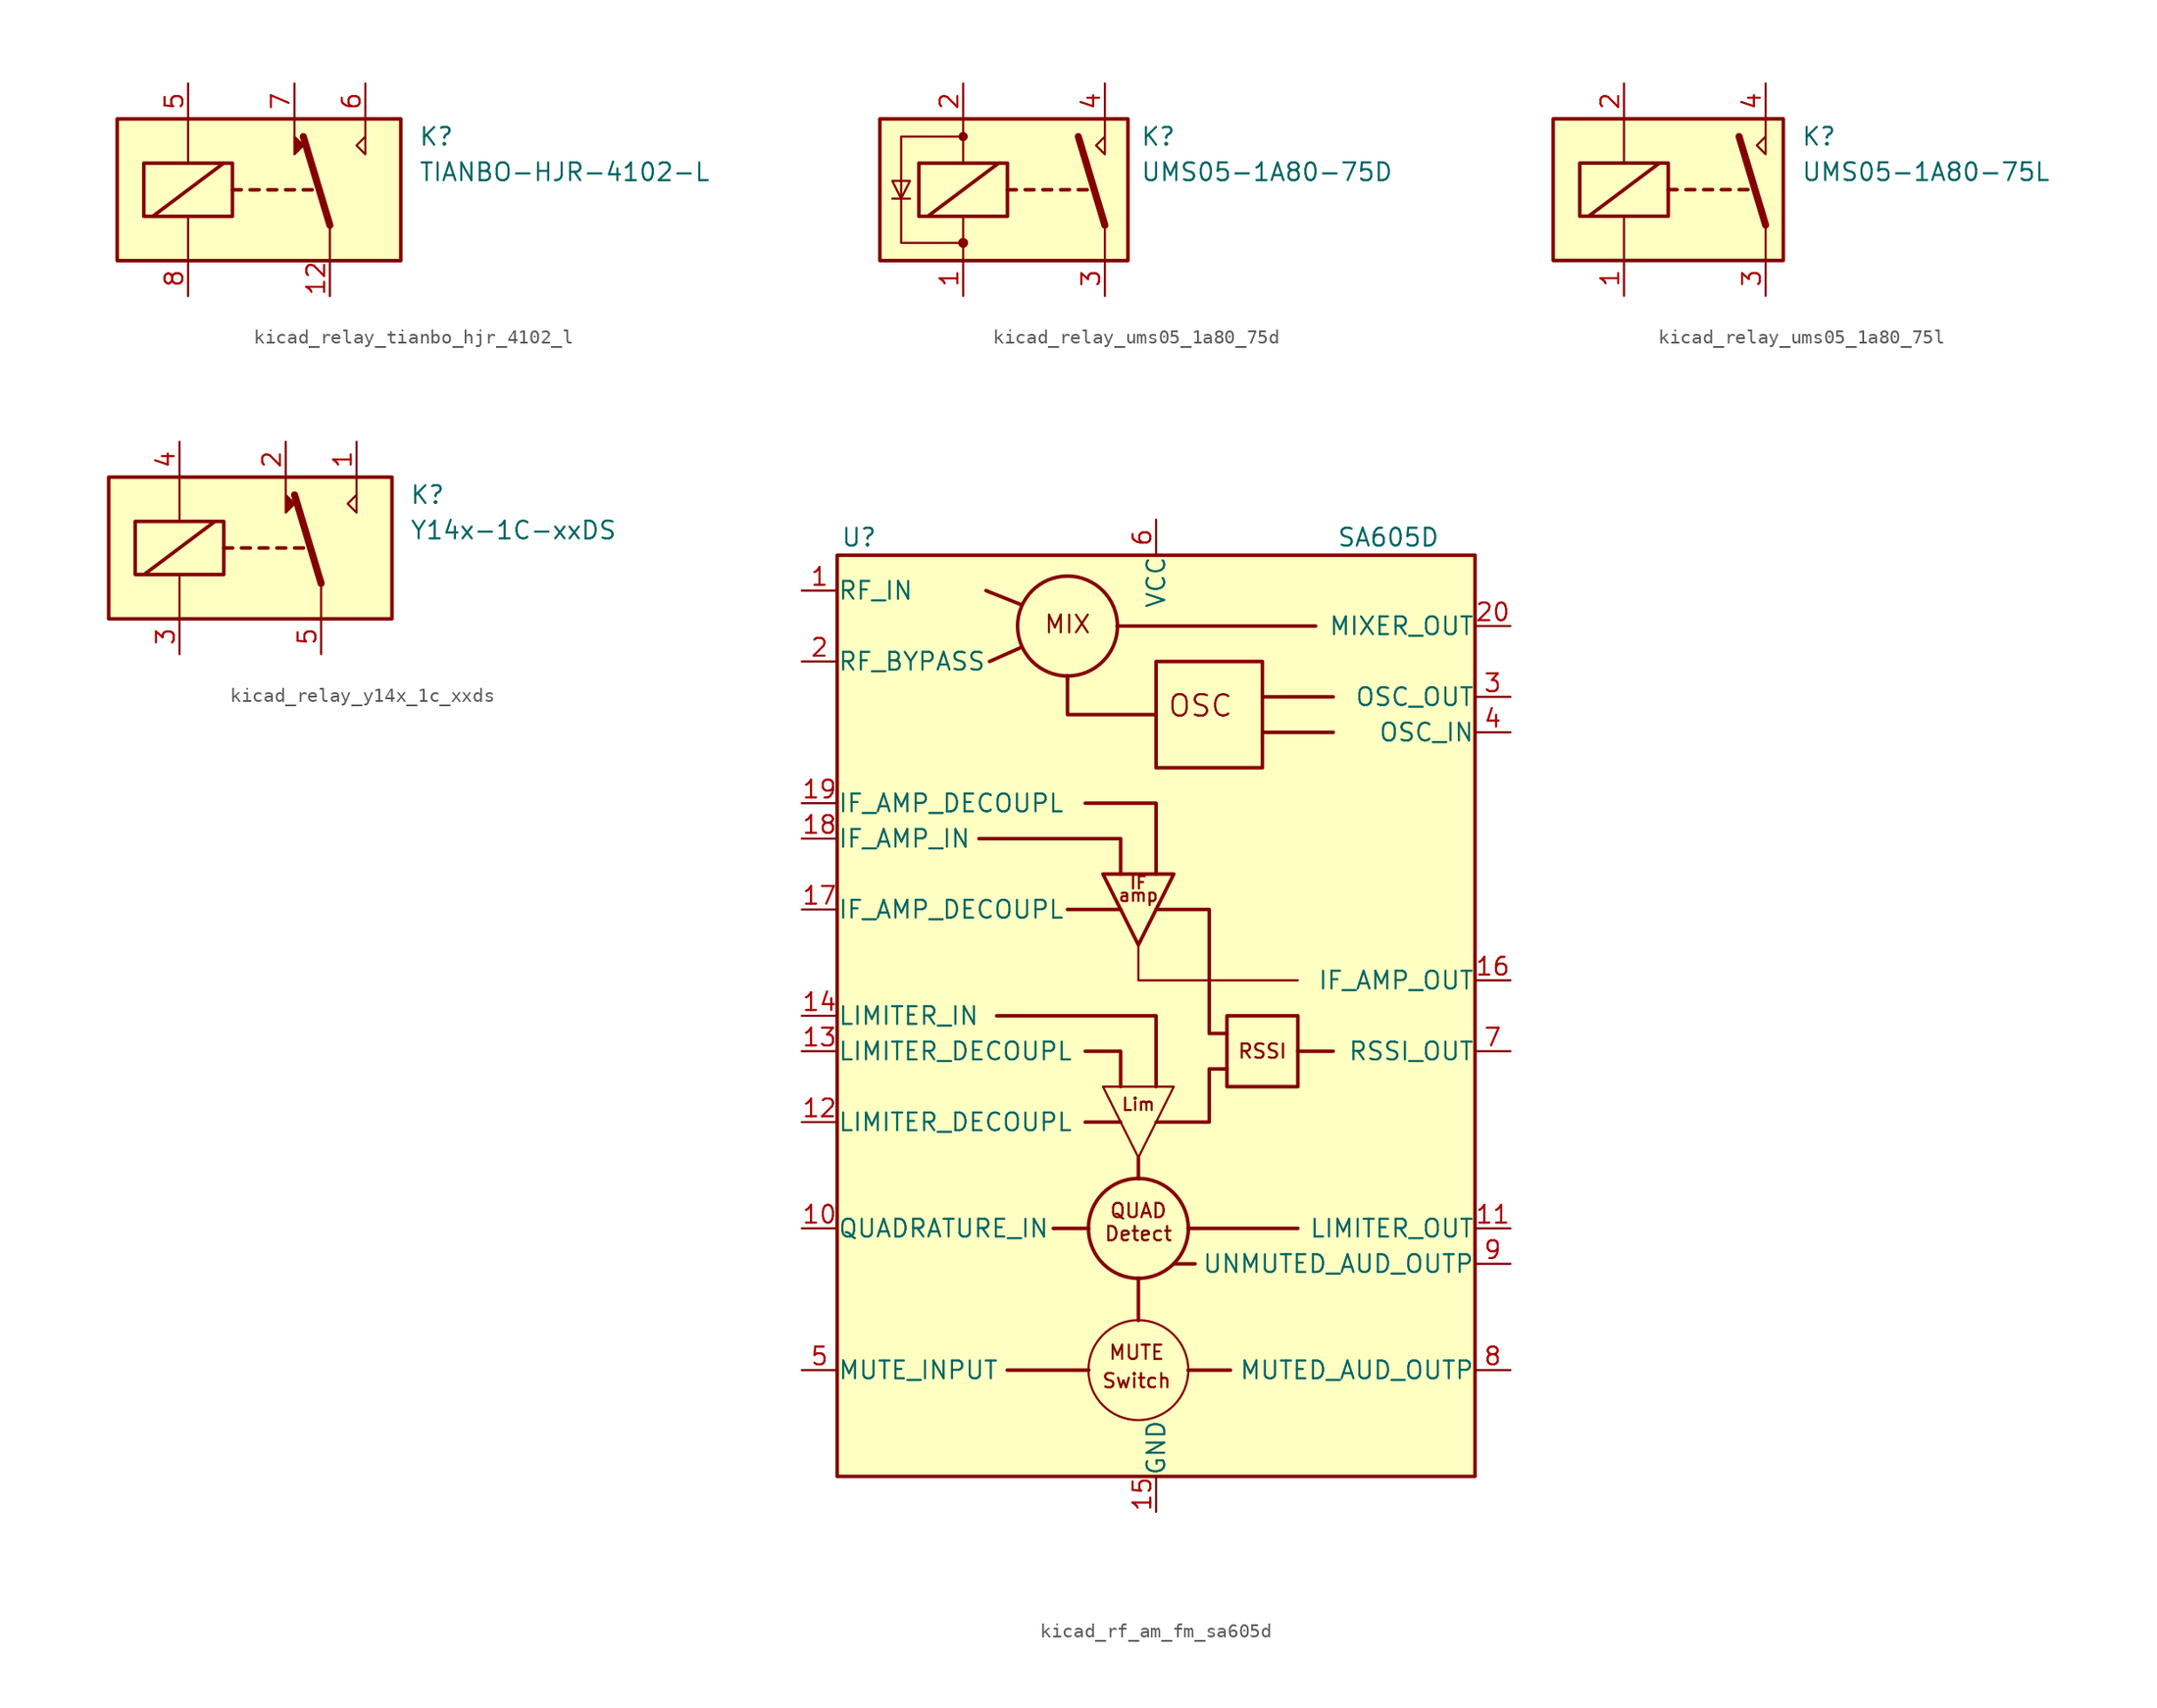
<source format=kicad_sym>
(kicad_symbol_lib
  (version 20220914)
  (generator kicad_symbol_editor)
  (symbol "kicad_relay_tianbo_hjr_4102_l"
    (property "Reference" "K"
      (at 11.43 3.81 0)
      (effects (font (size 1.27 1.27)) (justify left)))
    (property "Value" "TIANBO-HJR-4102-L"
      (at 11.43 1.27 0)
      (effects (font (size 1.27 1.27)) (justify left)))
    (symbol "kicad_relay_tianbo_hjr_4102_l_0_0"
      (polyline (pts (xy 7.62 5.08) (xy 7.62 2.54) (xy 6.985 3.175) (xy 7.62 3.81)) (stroke (width 0) (type default)) (fill (type none))))
    (symbol "kicad_relay_tianbo_hjr_4102_l_0_1"
      (rectangle (start -10.16 5.08) (end 10.16 -5.08) (stroke (width 0.254) (type default)) (fill (type background)))
      (rectangle (start -8.255 1.905) (end -1.905 -1.905) (stroke (width 0.254) (type default)) (fill (type none)))
      (polyline (pts (xy -7.62 -1.905) (xy -2.54 1.905)) (stroke (width 0.254) (type default)) (fill (type none)))
      (polyline (pts (xy -5.08 -5.08) (xy -5.08 -1.905)) (stroke (width 0) (type default)) (fill (type none)))
      (polyline (pts (xy -5.08 5.08) (xy -5.08 1.905)) (stroke (width 0) (type default)) (fill (type none)))
      (polyline (pts (xy -1.905 0) (xy -1.27 0)) (stroke (width 0.254) (type default)) (fill (type none)))
      (polyline (pts (xy -0.635 0) (xy 0 0)) (stroke (width 0.254) (type default)) (fill (type none)))
      (polyline (pts (xy 0.635 0) (xy 1.27 0)) (stroke (width 0.254) (type default)) (fill (type none)))
      (polyline (pts (xy 1.905 0) (xy 2.54 0)) (stroke (width 0.254) (type default)) (fill (type none)))
      (polyline (pts (xy 3.175 0) (xy 3.81 0)) (stroke (width 0.254) (type default)) (fill (type none)))
      (polyline (pts (xy 5.08 -2.54) (xy 3.175 3.81)) (stroke (width 0.508) (type default)) (fill (type none)))
      (polyline (pts (xy 5.08 -2.54) (xy 5.08 -5.08)) (stroke (width 0) (type default)) (fill (type none)))
      (polyline (pts (xy 2.54 5.08) (xy 2.54 2.54) (xy 3.175 3.175) (xy 2.54 3.81)) (stroke (width 0) (type default)) (fill (type outline))))
    (symbol "kicad_relay_tianbo_hjr_4102_l_1_1"
      (pin passive line (at 5.08 -7.62 90) (length 2.54) (name "~" (effects (font (size 1.27 1.27)))) (number "12" (effects (font (size 1.27 1.27)))))
      (pin passive line (at -5.08 7.62 270) (length 2.54) (name "~" (effects (font (size 1.27 1.27)))) (number "5" (effects (font (size 1.27 1.27)))))
      (pin passive line (at 7.62 7.62 270) (length 2.54) (name "~" (effects (font (size 1.27 1.27)))) (number "6" (effects (font (size 1.27 1.27)))))
      (pin passive line (at 2.54 7.62 270) (length 2.54) (name "~" (effects (font (size 1.27 1.27)))) (number "7" (effects (font (size 1.27 1.27)))))
      (pin passive line (at -5.08 -7.62 90) (length 2.54) (name "~" (effects (font (size 1.27 1.27)))) (number "8" (effects (font (size 1.27 1.27)))))))
  (symbol "kicad_relay_ums05_1a80_75d"
    (property "Reference" "K"
      (at 7.62 3.81 0)
      (effects (font (size 1.27 1.27)) (justify left)))
    (property "Value" "UMS05-1A80-75D"
      (at 7.62 1.27 0)
      (effects (font (size 1.27 1.27)) (justify left)))
    (symbol "kicad_relay_ums05_1a80_75d_0_0"
      (polyline (pts (xy 5.08 5.08) (xy 5.08 2.54) (xy 4.445 3.175) (xy 5.08 3.81)) (stroke (width 0) (type default)) (fill (type none))))
    (symbol "kicad_relay_ums05_1a80_75d_0_1"
      (rectangle (start -11.049 5.08) (end 6.731 -5.08) (stroke (width 0.254) (type default)) (fill (type background)))
      (rectangle (start -8.255 1.905) (end -1.905 -1.905) (stroke (width 0.254) (type default)) (fill (type none)))
      (circle (center -5.08 -3.81) (radius 0.279) (stroke (width 0) (type default)) (fill (type outline)))
      (circle (center -5.08 3.81) (radius 0.254) (stroke (width 0) (type default)) (fill (type outline)))
      (polyline (pts (xy -8.89 -0.635) (xy -10.16 -0.635)) (stroke (width 0) (type default)) (fill (type none)))
      (polyline (pts (xy -7.62 -1.905) (xy -2.54 1.905)) (stroke (width 0.254) (type default)) (fill (type none)))
      (polyline (pts (xy -5.08 -5.08) (xy -5.08 -1.905)) (stroke (width 0) (type default)) (fill (type none)))
      (polyline (pts (xy -5.08 5.08) (xy -5.08 1.905)) (stroke (width 0) (type default)) (fill (type none)))
      (polyline (pts (xy -1.905 0) (xy -1.27 0)) (stroke (width 0.254) (type default)) (fill (type none)))
      (polyline (pts (xy -0.635 0) (xy 0 0)) (stroke (width 0.254) (type default)) (fill (type none)))
      (polyline (pts (xy 0.635 0) (xy 1.27 0)) (stroke (width 0.254) (type default)) (fill (type none)))
      (polyline (pts (xy 1.905 0) (xy 2.54 0)) (stroke (width 0.254) (type default)) (fill (type none)))
      (polyline (pts (xy 3.175 0) (xy 3.81 0)) (stroke (width 0.254) (type default)) (fill (type none)))
      (polyline (pts (xy 5.08 -2.54) (xy 3.175 3.81)) (stroke (width 0.508) (type default)) (fill (type none)))
      (polyline (pts (xy 5.08 -2.54) (xy 5.08 -5.08)) (stroke (width 0) (type default)) (fill (type none)))
      (polyline (pts (xy -9.525 -0.635) (xy -10.16 0.635) (xy -8.89 0.635) (xy -9.525 -0.635)) (stroke (width 0) (type default)) (fill (type none)))
      (polyline (pts (xy -5.08 3.81) (xy -9.525 3.81) (xy -9.525 -3.81) (xy -5.08 -3.81)) (stroke (width 0) (type default)) (fill (type none))))
    (symbol "kicad_relay_ums05_1a80_75d_1_1"
      (pin passive line (at -5.08 -7.62 90) (length 2.54) (name "~" (effects (font (size 1.27 1.27)))) (number "1" (effects (font (size 1.27 1.27)))))
      (pin passive line (at -5.08 7.62 270) (length 2.54) (name "~" (effects (font (size 1.27 1.27)))) (number "2" (effects (font (size 1.27 1.27)))))
      (pin passive line (at 5.08 -7.62 90) (length 2.54) (name "~" (effects (font (size 1.27 1.27)))) (number "3" (effects (font (size 1.27 1.27)))))
      (pin passive line (at 5.08 7.62 270) (length 2.54) (name "~" (effects (font (size 1.27 1.27)))) (number "4" (effects (font (size 1.27 1.27)))))))
  (symbol "kicad_relay_ums05_1a80_75l"
    (property "Reference" "K"
      (at 7.62 3.81 0)
      (effects (font (size 1.27 1.27)) (justify left)))
    (property "Value" "UMS05-1A80-75L"
      (at 7.62 1.27 0)
      (effects (font (size 1.27 1.27)) (justify left)))
    (symbol "kicad_relay_ums05_1a80_75l_0_0"
      (polyline (pts (xy 5.08 5.08) (xy 5.08 2.54) (xy 4.445 3.175) (xy 5.08 3.81)) (stroke (width 0) (type default)) (fill (type none))))
    (symbol "kicad_relay_ums05_1a80_75l_0_1"
      (rectangle (start -10.16 5.08) (end 6.35 -5.08) (stroke (width 0.254) (type default)) (fill (type background)))
      (rectangle (start -8.255 1.905) (end -1.905 -1.905) (stroke (width 0.254) (type default)) (fill (type none)))
      (polyline (pts (xy -7.62 -1.905) (xy -2.54 1.905)) (stroke (width 0.254) (type default)) (fill (type none)))
      (polyline (pts (xy -5.08 -5.08) (xy -5.08 -1.905)) (stroke (width 0) (type default)) (fill (type none)))
      (polyline (pts (xy -5.08 5.08) (xy -5.08 1.905)) (stroke (width 0) (type default)) (fill (type none)))
      (polyline (pts (xy -1.905 0) (xy -1.27 0)) (stroke (width 0.254) (type default)) (fill (type none)))
      (polyline (pts (xy -0.635 0) (xy 0 0)) (stroke (width 0.254) (type default)) (fill (type none)))
      (polyline (pts (xy 0.635 0) (xy 1.27 0)) (stroke (width 0.254) (type default)) (fill (type none)))
      (polyline (pts (xy 1.905 0) (xy 2.54 0)) (stroke (width 0.254) (type default)) (fill (type none)))
      (polyline (pts (xy 3.175 0) (xy 3.81 0)) (stroke (width 0.254) (type default)) (fill (type none)))
      (polyline (pts (xy 5.08 -2.54) (xy 3.175 3.81)) (stroke (width 0.508) (type default)) (fill (type none)))
      (polyline (pts (xy 5.08 -2.54) (xy 5.08 -5.08)) (stroke (width 0) (type default)) (fill (type none))))
    (symbol "kicad_relay_ums05_1a80_75l_1_1"
      (pin passive line (at -5.08 -7.62 90) (length 2.54) (name "~" (effects (font (size 1.27 1.27)))) (number "1" (effects (font (size 1.27 1.27)))))
      (pin passive line (at -5.08 7.62 270) (length 2.54) (name "~" (effects (font (size 1.27 1.27)))) (number "2" (effects (font (size 1.27 1.27)))))
      (pin passive line (at 5.08 -7.62 90) (length 2.54) (name "~" (effects (font (size 1.27 1.27)))) (number "3" (effects (font (size 1.27 1.27)))))
      (pin passive line (at 5.08 7.62 270) (length 2.54) (name "~" (effects (font (size 1.27 1.27)))) (number "4" (effects (font (size 1.27 1.27)))))))
  (symbol "kicad_relay_y14x_1c_xxds"
    (property "Reference" "K"
      (at 11.43 3.81 0)
      (effects (font (size 1.27 1.27)) (justify left)))
    (property "Value" "Y14x-1C-xxDS"
      (at 11.43 1.27 0)
      (effects (font (size 1.27 1.27)) (justify left)))
    (symbol "kicad_relay_y14x_1c_xxds_0_0"
      (polyline (pts (xy 7.62 5.08) (xy 7.62 2.54) (xy 6.985 3.175) (xy 7.62 3.81)) (stroke (width 0) (type default)) (fill (type none))))
    (symbol "kicad_relay_y14x_1c_xxds_0_1"
      (rectangle (start -10.16 5.08) (end 10.16 -5.08) (stroke (width 0.254) (type default)) (fill (type background)))
      (rectangle (start -8.255 1.905) (end -1.905 -1.905) (stroke (width 0.254) (type default)) (fill (type none)))
      (polyline (pts (xy -7.62 -1.905) (xy -2.54 1.905)) (stroke (width 0.254) (type default)) (fill (type none)))
      (polyline (pts (xy -5.08 -5.08) (xy -5.08 -1.905)) (stroke (width 0) (type default)) (fill (type none)))
      (polyline (pts (xy -5.08 5.08) (xy -5.08 1.905)) (stroke (width 0) (type default)) (fill (type none)))
      (polyline (pts (xy -1.905 0) (xy -1.27 0)) (stroke (width 0.254) (type default)) (fill (type none)))
      (polyline (pts (xy -0.635 0) (xy 0 0)) (stroke (width 0.254) (type default)) (fill (type none)))
      (polyline (pts (xy 0.635 0) (xy 1.27 0)) (stroke (width 0.254) (type default)) (fill (type none)))
      (polyline (pts (xy 1.905 0) (xy 2.54 0)) (stroke (width 0.254) (type default)) (fill (type none)))
      (polyline (pts (xy 3.175 0) (xy 3.81 0)) (stroke (width 0.254) (type default)) (fill (type none)))
      (polyline (pts (xy 5.08 -2.54) (xy 3.175 3.81)) (stroke (width 0.508) (type default)) (fill (type none)))
      (polyline (pts (xy 5.08 -2.54) (xy 5.08 -5.08)) (stroke (width 0) (type default)) (fill (type none)))
      (polyline (pts (xy 2.54 5.08) (xy 2.54 2.54) (xy 3.175 3.175) (xy 2.54 3.81)) (stroke (width 0) (type default)) (fill (type outline))))
    (symbol "kicad_relay_y14x_1c_xxds_1_1"
      (pin passive line (at 7.62 7.62 270) (length 2.54) (name "~" (effects (font (size 1.27 1.27)))) (number "1" (effects (font (size 1.27 1.27)))))
      (pin passive line (at 2.54 7.62 270) (length 2.54) (name "~" (effects (font (size 1.27 1.27)))) (number "2" (effects (font (size 1.27 1.27)))))
      (pin passive line (at -5.08 -7.62 90) (length 2.54) (name "~" (effects (font (size 1.27 1.27)))) (number "3" (effects (font (size 1.27 1.27)))))
      (pin passive line (at -5.08 7.62 270) (length 2.54) (name "~" (effects (font (size 1.27 1.27)))) (number "4" (effects (font (size 1.27 1.27)))))
      (pin passive line (at 5.08 -7.62 90) (length 2.54) (name "~" (effects (font (size 1.27 1.27)))) (number "5" (effects (font (size 1.27 1.27)))))
      (pin passive line (at 5.08 -7.62 90) (length 2.54) hide (name "~" (effects (font (size 1.27 1.27)))) (number "6" (effects (font (size 1.27 1.27)))))))
  (symbol "kicad_rf_am_fm_sa605d"
    (pin_names
      (offset 0.025))
    (property "Reference" "U"
      (at -22.606 24.13 0)
      (effects (font (size 1.27 1.27)) (justify left)))
    (property "Value" "SA605D"
      (at 12.954 24.13 0)
      (effects (font (size 1.27 1.27)) (justify left)))
    (symbol "kicad_rf_am_fm_sa605d_0_0"
      (circle (center -1.27 -35.56) (radius 3.581) (stroke (width 0) (type default)) (fill (type none)))
      (circle (center -1.27 -25.4) (radius 3.581) (stroke (width 0.254) (type default)) (fill (type none)))
      (polyline (pts (xy -12.192 20.32) (xy -9.652 19.304)) (stroke (width 0.254) (type default)) (fill (type none)))
      (polyline (pts (xy -11.938 15.24) (xy -9.652 16.256)) (stroke (width 0.254) (type default)) (fill (type none)))
      (polyline (pts (xy -6.35 -2.54) (xy -2.54 -2.54)) (stroke (width 0.254) (type default)) (fill (type none)))
      (polyline (pts (xy -6.35 13.97) (xy -6.35 14.224)) (stroke (width 0.254) (type default)) (fill (type none)))
      (polyline (pts (xy -4.826 -35.56) (xy -10.668 -35.56)) (stroke (width 0.254) (type default)) (fill (type none)))
      (polyline (pts (xy -4.826 -25.4) (xy -7.366 -25.4)) (stroke (width 0.254) (type default)) (fill (type none)))
      (polyline (pts (xy -2.54 -17.78) (xy -5.08 -17.78)) (stroke (width 0.254) (type default)) (fill (type none)))
      (polyline (pts (xy -2.54 17.78) (xy -2.794 17.78)) (stroke (width 0.254) (type default)) (fill (type none)))
      (polyline (pts (xy -1.27 -28.956) (xy -1.27 -32.004)) (stroke (width 0.254) (type default)) (fill (type none)))
      (polyline (pts (xy -1.27 -20.32) (xy -1.27 -21.844)) (stroke (width 0.254) (type default)) (fill (type none)))
      (polyline (pts (xy 1.27 -27.94) (xy 2.794 -27.94)) (stroke (width 0.254) (type default)) (fill (type none)))
      (polyline (pts (xy 2.286 -35.56) (xy 5.334 -35.56)) (stroke (width 0.254) (type default)) (fill (type none)))
      (polyline (pts (xy 2.286 -25.4) (xy 10.16 -25.4)) (stroke (width 0.254) (type default)) (fill (type none)))
      (polyline (pts (xy 7.62 10.16) (xy 12.7 10.16)) (stroke (width 0.254) (type default)) (fill (type none)))
      (polyline (pts (xy 10.16 -12.7) (xy 12.7 -12.7)) (stroke (width 0.254) (type default)) (fill (type none)))
      (polyline (pts (xy 11.43 17.78) (xy -2.54 17.78)) (stroke (width 0.254) (type default)) (fill (type none)))
      (polyline (pts (xy 12.7 12.7) (xy 7.62 12.7)) (stroke (width 0.254) (type default)) (fill (type none)))
      (polyline (pts (xy -12.7 2.54) (xy -2.54 2.54) (xy -2.54 0)) (stroke (width 0.254) (type default)) (fill (type none)))
      (polyline (pts (xy -11.43 -10.16) (xy 0 -10.16) (xy 0 -15.24)) (stroke (width 0.254) (type default)) (fill (type none)))
      (polyline (pts (xy -5.08 5.08) (xy 0 5.08) (xy 0 0)) (stroke (width 0.254) (type default)) (fill (type none)))
      (polyline (pts (xy -2.54 -15.24) (xy -2.54 -12.7) (xy -5.08 -12.7)) (stroke (width 0.254) (type default)) (fill (type none)))
      (polyline (pts (xy 0 11.43) (xy -6.35 11.43) (xy -6.35 13.97)) (stroke (width 0.254) (type default)) (fill (type none)))
      (polyline (pts (xy 0 -17.78) (xy 3.81 -17.78) (xy 3.81 -13.97) (xy 5.08 -13.97)) (stroke (width 0.254) (type default)) (fill (type none)))
      (polyline (pts (xy 0 -2.54) (xy 3.81 -2.54) (xy 3.81 -11.43) (xy 5.08 -11.43)) (stroke (width 0.254) (type default)) (fill (type none)))
      (polyline (pts (xy 1.27 -15.24) (xy -3.81 -15.24) (xy -1.27 -20.32) (xy 1.27 -15.24) (xy 1.27 -15.24)) (stroke (width 0) (type default)) (fill (type background)))
      (polyline (pts (xy 1.27 0) (xy -3.81 0) (xy -1.27 -5.08) (xy 1.27 0) (xy 1.27 0)) (stroke (width 0.254) (type default)) (fill (type background)))
      (text "amp" (at -1.27 -1.524 0) (effects (font (size 0.889 0.889))))
      (text "Detect" (at -1.27 -25.781 0) (effects (font (size 1.016 1.016))))
      (text "IF" (at -1.27 -0.635 0) (effects (font (size 0.889 0.889))))
      (text "Lim" (at -1.27 -16.51 0) (effects (font (size 0.889 0.889))))
      (text "MIX" (at -6.35 17.907 0) (effects (font (size 1.27 1.27))))
      (text "MUTE" (at -1.397 -34.29 0) (effects (font (size 1.016 1.016))))
      (text "OSC" (at 3.175 12.065 0) (effects (font (size 1.524 1.524))))
      (text "QUAD" (at -1.27 -24.13 0) (effects (font (size 1.016 1.016))))
      (text "RSSI" (at 7.62 -12.7 0) (effects (font (size 1.016 1.016))))
      (text "Switch" (at -1.397 -36.322 0) (effects (font (size 1.016 1.016)))))
    (symbol "kicad_rf_am_fm_sa605d_0_1"
      (rectangle (start -22.86 22.86) (end 22.86 -43.18) (stroke (width 0.254) (type default)) (fill (type background)))
      (circle (center -6.35 17.78) (radius 3.581) (stroke (width 0.254) (type default)) (fill (type none)))
      (polyline (pts (xy -1.27 -5.08) (xy -1.27 -7.62) (xy 10.16 -7.62)) (stroke (width 0) (type default)) (fill (type none)))
      (rectangle (start 0 15.24) (end 7.62 7.62) (stroke (width 0.254) (type default)) (fill (type none)))
      (rectangle (start 5.08 -10.16) (end 10.16 -15.24) (stroke (width 0.254) (type default)) (fill (type none))))
    (symbol "kicad_rf_am_fm_sa605d_1_1"
      (pin input line (at -25.4 20.32 0) (length 2.54) (name "RF_IN" (effects (font (size 1.27 1.27)))) (number "1" (effects (font (size 1.27 1.27)))))
      (pin input line (at -25.4 -25.4 0) (length 2.54) (name "QUADRATURE_IN" (effects (font (size 1.27 1.27)))) (number "10" (effects (font (size 1.27 1.27)))))
      (pin output line (at 25.4 -25.4 180) (length 2.54) (name "LIMITER_OUT" (effects (font (size 1.27 1.27)))) (number "11" (effects (font (size 1.27 1.27)))))
      (pin input line (at -25.4 -17.78 0) (length 2.54) (name "LIMITER_DECOUPL" (effects (font (size 1.27 1.27)))) (number "12" (effects (font (size 1.27 1.27)))))
      (pin input line (at -25.4 -12.7 0) (length 2.54) (name "LIMITER_DECOUPL" (effects (font (size 1.27 1.27)))) (number "13" (effects (font (size 1.27 1.27)))))
      (pin input line (at -25.4 -10.16 0) (length 2.54) (name "LIMITER_IN" (effects (font (size 1.27 1.27)))) (number "14" (effects (font (size 1.27 1.27)))))
      (pin power_in line (at 0 -45.72 90) (length 2.54) (name "GND" (effects (font (size 1.27 1.27)))) (number "15" (effects (font (size 1.27 1.27)))))
      (pin output line (at 25.4 -7.62 180) (length 2.54) (name "IF_AMP_OUT" (effects (font (size 1.27 1.27)))) (number "16" (effects (font (size 1.27 1.27)))))
      (pin input line (at -25.4 -2.54 0) (length 2.54) (name "IF_AMP_DECOUPL" (effects (font (size 1.27 1.27)))) (number "17" (effects (font (size 1.27 1.27)))))
      (pin input line (at -25.4 2.54 0) (length 2.54) (name "IF_AMP_IN" (effects (font (size 1.27 1.27)))) (number "18" (effects (font (size 1.27 1.27)))))
      (pin input line (at -25.4 5.08 0) (length 2.54) (name "IF_AMP_DECOUPL" (effects (font (size 1.27 1.27)))) (number "19" (effects (font (size 1.27 1.27)))))
      (pin input line (at -25.4 15.24 0) (length 2.54) (name "RF_BYPASS" (effects (font (size 1.27 1.27)))) (number "2" (effects (font (size 1.27 1.27)))))
      (pin output line (at 25.4 17.78 180) (length 2.54) (name "MIXER_OUT" (effects (font (size 1.27 1.27)))) (number "20" (effects (font (size 1.27 1.27)))))
      (pin output line (at 25.4 12.7 180) (length 2.54) (name "OSC_OUT" (effects (font (size 1.27 1.27)))) (number "3" (effects (font (size 1.27 1.27)))))
      (pin input line (at 25.4 10.16 180) (length 2.54) (name "OSC_IN" (effects (font (size 1.27 1.27)))) (number "4" (effects (font (size 1.27 1.27)))))
      (pin input line (at -25.4 -35.56 0) (length 2.54) (name "MUTE_INPUT" (effects (font (size 1.27 1.27)))) (number "5" (effects (font (size 1.27 1.27)))))
      (pin power_in line (at 0 25.4 270) (length 2.54) (name "VCC" (effects (font (size 1.27 1.27)))) (number "6" (effects (font (size 1.27 1.27)))))
      (pin output line (at 25.4 -12.7 180) (length 2.54) (name "RSSI_OUT" (effects (font (size 1.27 1.27)))) (number "7" (effects (font (size 1.27 1.27)))))
      (pin output line (at 25.4 -35.56 180) (length 2.54) (name "MUTED_AUD_OUTP" (effects (font (size 1.27 1.27)))) (number "8" (effects (font (size 1.27 1.27)))))
      (pin output line (at 25.4 -27.94 180) (length 2.54) (name "UNMUTED_AUD_OUTP" (effects (font (size 1.27 1.27)))) (number "9" (effects (font (size 1.27 1.27))))))))
</source>
